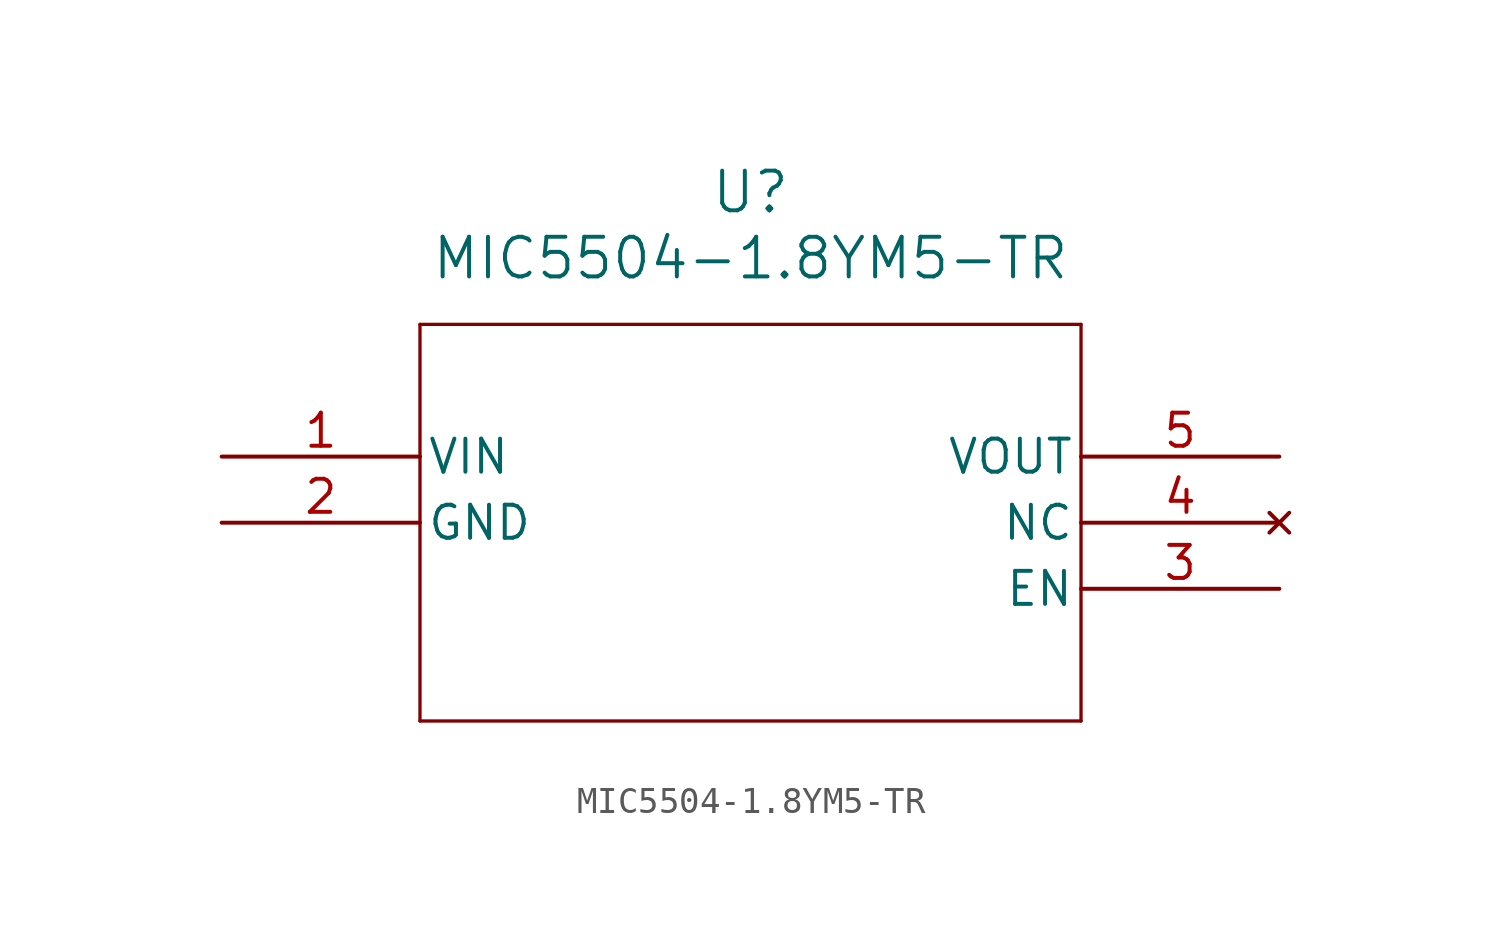
<source format=kicad_sym>
(kicad_symbol_lib
  (version 20211014)
  (generator kicad_symbol_editor)
  (symbol "MIC5504-1.8YM5-TR"
    (pin_names
      (offset 0.254))
    (property "Reference" "U"
      (at 20.32 10.16 0)
      (effects (font (size 1.524 1.524))))
    (property "Value" "MIC5504-1.8YM5-TR"
      (at 20.32 7.62 0)
      (effects (font (size 1.524 1.524))))
    (symbol "MIC5504-1.8YM5-TR_0_1"
      (polyline (pts (xy 7.62 5.08) (xy 7.62 -10.16)) (stroke (width 0.127) (type default) (color 0 0 0 0)) (fill (type none)))
      (polyline (pts (xy 7.62 -10.16) (xy 33.02 -10.16)) (stroke (width 0.127) (type default) (color 0 0 0 0)) (fill (type none)))
      (polyline (pts (xy 33.02 -10.16) (xy 33.02 5.08)) (stroke (width 0.127) (type default) (color 0 0 0 0)) (fill (type none)))
      (polyline (pts (xy 33.02 5.08) (xy 7.62 5.08)) (stroke (width 0.127) (type default) (color 0 0 0 0)) (fill (type none)))
      (pin power_in line (at 0 0 0) (length 7.62) (name "VIN" (effects (font (size 1.27 1.27)))) (number "1" (effects (font (size 1.27 1.27)))))
      (pin power_out line (at 0 -2.54 0) (length 7.62) (name "GND" (effects (font (size 1.27 1.27)))) (number "2" (effects (font (size 1.27 1.27)))))
      (pin input line (at 40.64 -5.08 180) (length 7.62) (name "EN" (effects (font (size 1.27 1.27)))) (number "3" (effects (font (size 1.27 1.27)))))
      (pin no_connect line (at 40.64 -2.54 180) (length 7.62) (name "NC" (effects (font (size 1.27 1.27)))) (number "4" (effects (font (size 1.27 1.27)))))
      (pin output line (at 40.64 0 180) (length 7.62) (name "VOUT" (effects (font (size 1.27 1.27)))) (number "5" (effects (font (size 1.27 1.27))))))))
</source>
